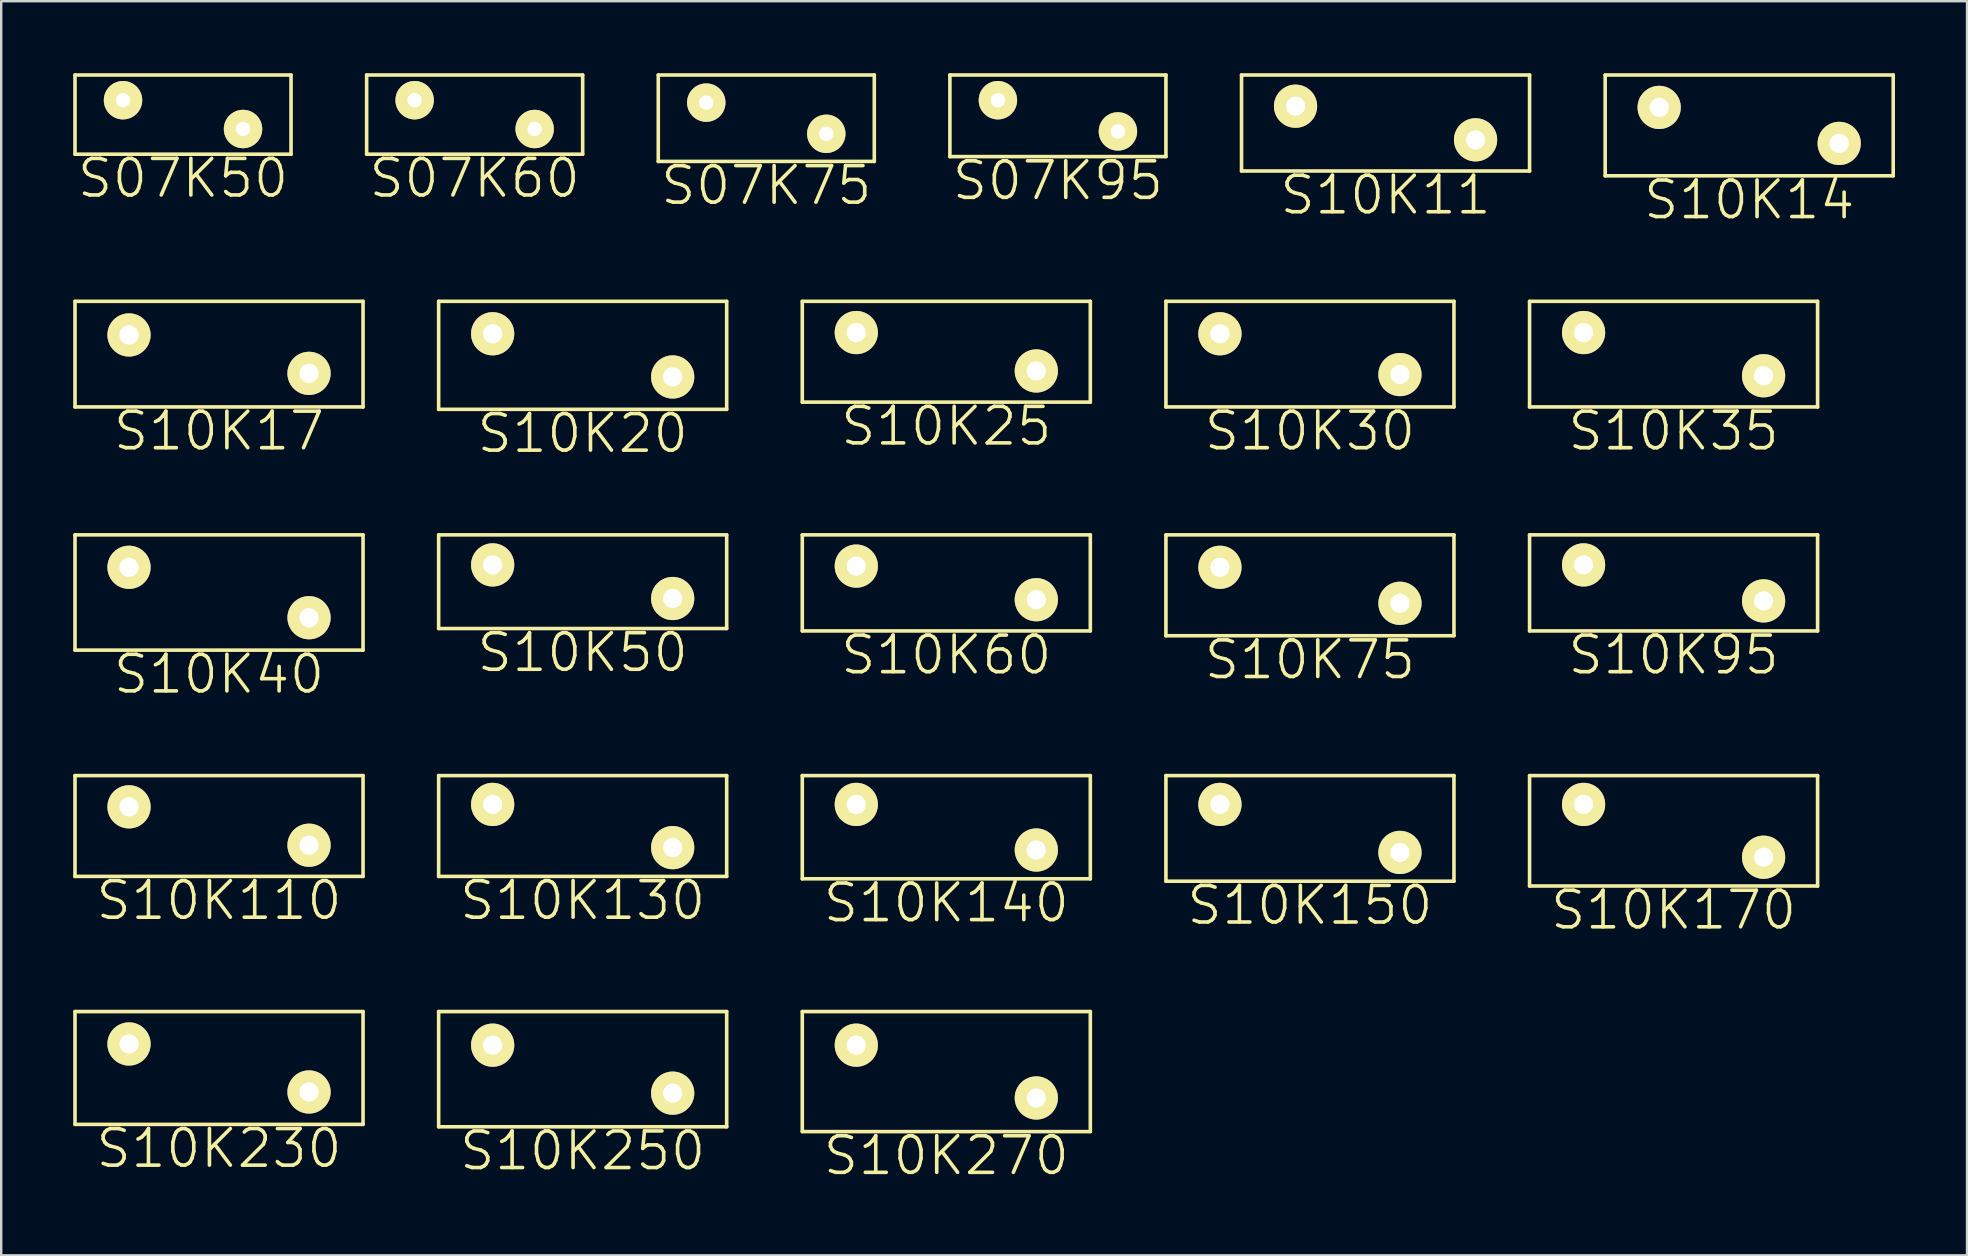
<source format=kicad_pcb>
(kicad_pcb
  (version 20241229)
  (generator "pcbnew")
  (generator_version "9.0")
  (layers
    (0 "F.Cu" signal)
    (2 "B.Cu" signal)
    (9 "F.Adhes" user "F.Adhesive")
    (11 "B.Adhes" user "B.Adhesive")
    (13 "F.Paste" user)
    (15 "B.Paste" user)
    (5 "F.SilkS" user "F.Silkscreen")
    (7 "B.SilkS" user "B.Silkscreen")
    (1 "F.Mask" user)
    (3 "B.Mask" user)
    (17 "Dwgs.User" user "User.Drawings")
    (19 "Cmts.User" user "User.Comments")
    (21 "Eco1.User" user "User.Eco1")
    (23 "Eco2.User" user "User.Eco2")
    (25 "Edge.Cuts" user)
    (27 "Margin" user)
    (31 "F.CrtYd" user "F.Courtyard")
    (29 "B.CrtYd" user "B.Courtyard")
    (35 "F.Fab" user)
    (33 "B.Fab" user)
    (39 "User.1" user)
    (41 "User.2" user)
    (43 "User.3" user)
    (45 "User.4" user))
  (footprint "S10K30"
    (layer "F.Cu")
    (at 47.775 10.855)
    (property "Reference" "S10K30" (at 3.75 4.05 0) (layer "F.SilkS") (effects (font (size 1.524 1.524) (thickness 0.15))))
    (attr through_hole)
    (fp_line (start -2.25 -1.35) (end -2.25 3.05) (stroke (width 0.15) (type solid)) (layer "F.SilkS"))
    (fp_line (start -2.25 -1.35) (end 9.75 -1.35) (stroke (width 0.15) (type solid)) (layer "F.SilkS"))
    (fp_line (start -2.25 3.05) (end 9.75 3.05) (stroke (width 0.15) (type solid)) (layer "F.SilkS"))
    (fp_line (start 9.75 -1.35) (end 9.75 3.05) (stroke (width 0.15) (type solid)) (layer "F.SilkS"))
    (pad "1" thru_hole circle (at 0 0) (size 1.8 1.8) (drill 0.8) (layers "*.Cu" "*.Mask" "F.SilkS"))
    (pad "2" thru_hole circle (at 7.5 1.7) (size 1.8 1.8) (drill 0.8) (layers "*.Cu" "*.Mask" "F.SilkS")))
  (footprint "S10K150"
    (layer "F.Cu")
    (at 47.775 30.464)
    (property "Reference" "S10K150" (at 3.75 4.2 0) (layer "F.SilkS") (effects (font (size 1.524 1.524) (thickness 0.15))))
    (attr through_hole)
    (fp_line (start -2.25 -1.2) (end -2.25 3.2) (stroke (width 0.15) (type solid)) (layer "F.SilkS"))
    (fp_line (start -2.25 -1.2) (end 9.75 -1.2) (stroke (width 0.15) (type solid)) (layer "F.SilkS"))
    (fp_line (start -2.25 3.2) (end 9.75 3.2) (stroke (width 0.15) (type solid)) (layer "F.SilkS"))
    (fp_line (start 9.75 -1.2) (end 9.75 3.2) (stroke (width 0.15) (type solid)) (layer "F.SilkS"))
    (pad "1" thru_hole circle (at 0 0) (size 1.8 1.8) (drill 0.8) (layers "*.Cu" "*.Mask" "F.SilkS"))
    (pad "2" thru_hole circle (at 7.5 2) (size 1.8 1.8) (drill 0.8) (layers "*.Cu" "*.Mask" "F.SilkS")))
  (footprint "S10K230"
    (layer "F.Cu")
    (at 2.325 40.444)
    (property "Reference" "S10K230" (at 3.75 4.35 0) (layer "F.SilkS") (effects (font (size 1.524 1.524) (thickness 0.15))))
    (attr through_hole)
    (fp_line (start -2.25 -1.35) (end -2.25 3.35) (stroke (width 0.15) (type solid)) (layer "F.SilkS"))
    (fp_line (start -2.25 -1.35) (end 9.75 -1.35) (stroke (width 0.15) (type solid)) (layer "F.SilkS"))
    (fp_line (start -2.25 3.35) (end 9.75 3.35) (stroke (width 0.15) (type solid)) (layer "F.SilkS"))
    (fp_line (start 9.75 -1.35) (end 9.75 3.35) (stroke (width 0.15) (type solid)) (layer "F.SilkS"))
    (pad "1" thru_hole circle (at 0 0) (size 1.8 1.8) (drill 0.8) (layers "*.Cu" "*.Mask" "F.SilkS"))
    (pad "2" thru_hole circle (at 7.5 2) (size 1.8 1.8) (drill 0.8) (layers "*.Cu" "*.Mask" "F.SilkS")))
  (footprint "S10K35"
    (layer "F.Cu")
    (at 62.925 10.805)
    (property "Reference" "S10K35" (at 3.75 4.1 0) (layer "F.SilkS") (effects (font (size 1.524 1.524) (thickness 0.15))))
    (attr through_hole)
    (fp_line (start -2.25 -1.3) (end -2.25 3.1) (stroke (width 0.15) (type solid)) (layer "F.SilkS"))
    (fp_line (start -2.25 -1.3) (end 9.75 -1.3) (stroke (width 0.15) (type solid)) (layer "F.SilkS"))
    (fp_line (start -2.25 3.1) (end 9.75 3.1) (stroke (width 0.15) (type solid)) (layer "F.SilkS"))
    (fp_line (start 9.75 -1.3) (end 9.75 3.1) (stroke (width 0.15) (type solid)) (layer "F.SilkS"))
    (pad "1" thru_hole circle (at 0 0) (size 1.8 1.8) (drill 0.8) (layers "*.Cu" "*.Mask" "F.SilkS"))
    (pad "2" thru_hole circle (at 7.5 1.8) (size 1.8 1.8) (drill 0.8) (layers "*.Cu" "*.Mask" "F.SilkS")))
  (footprint "S07K50"
    (layer "F.Cu")
    (at 2.075 1.125)
    (property "Reference" "S07K50" (at 2.5 3.25 0) (layer "F.SilkS") (effects (font (size 1.524 1.524) (thickness 0.15))))
    (attr through_hole)
    (fp_line (start -2 -1.05) (end -2 2.25) (stroke (width 0.15) (type solid)) (layer "F.SilkS"))
    (fp_line (start -2 -1.05) (end 7 -1.05) (stroke (width 0.15) (type solid)) (layer "F.SilkS"))
    (fp_line (start -2 2.25) (end 7 2.25) (stroke (width 0.15) (type solid)) (layer "F.SilkS"))
    (fp_line (start 7 -1.05) (end 7 2.25) (stroke (width 0.15) (type solid)) (layer "F.SilkS"))
    (pad "1" thru_hole circle (at 0 0) (size 1.6 1.6) (drill 0.6) (layers "*.Cu" "*.Mask" "F.SilkS"))
    (pad "2" thru_hole circle (at 5 1.2) (size 1.6 1.6) (drill 0.6) (layers "*.Cu" "*.Mask" "F.SilkS")))
  (footprint "S10K25"
    (layer "F.Cu")
    (at 32.625 10.805)
    (property "Reference" "S10K25" (at 3.75 3.9 0) (layer "F.SilkS") (effects (font (size 1.524 1.524) (thickness 0.15))))
    (attr through_hole)
    (fp_line (start -2.25 -1.3) (end -2.25 2.9) (stroke (width 0.15) (type solid)) (layer "F.SilkS"))
    (fp_line (start -2.25 -1.3) (end 9.75 -1.3) (stroke (width 0.15) (type solid)) (layer "F.SilkS"))
    (fp_line (start -2.25 2.9) (end 9.75 2.9) (stroke (width 0.15) (type solid)) (layer "F.SilkS"))
    (fp_line (start 9.75 -1.3) (end 9.75 2.9) (stroke (width 0.15) (type solid)) (layer "F.SilkS"))
    (pad "1" thru_hole circle (at 0 0) (size 1.8 1.8) (drill 0.8) (layers "*.Cu" "*.Mask" "F.SilkS"))
    (pad "2" thru_hole circle (at 7.5 1.6) (size 1.8 1.8) (drill 0.8) (layers "*.Cu" "*.Mask" "F.SilkS")))
  (footprint "S10K20"
    (layer "F.Cu")
    (at 17.475 10.855)
    (property "Reference" "S10K20" (at 3.75 4.15 0) (layer "F.SilkS") (effects (font (size 1.524 1.524) (thickness 0.15))))
    (attr through_hole)
    (fp_line (start -2.25 -1.35) (end -2.25 3.15) (stroke (width 0.15) (type solid)) (layer "F.SilkS"))
    (fp_line (start -2.25 -1.35) (end 9.75 -1.35) (stroke (width 0.15) (type solid)) (layer "F.SilkS"))
    (fp_line (start -2.25 3.15) (end 9.75 3.15) (stroke (width 0.15) (type solid)) (layer "F.SilkS"))
    (fp_line (start 9.75 -1.35) (end 9.75 3.15) (stroke (width 0.15) (type solid)) (layer "F.SilkS"))
    (pad "1" thru_hole circle (at 0 0) (size 1.8 1.8) (drill 0.8) (layers "*.Cu" "*.Mask" "F.SilkS"))
    (pad "2" thru_hole circle (at 7.5 1.8) (size 1.8 1.8) (drill 0.8) (layers "*.Cu" "*.Mask" "F.SilkS")))
  (footprint "S07K95"
    (layer "F.Cu")
    (at 38.525 1.125)
    (property "Reference" "S07K95" (at 2.5 3.35 0) (layer "F.SilkS") (effects (font (size 1.524 1.524) (thickness 0.15))))
    (attr through_hole)
    (fp_line (start -2 -1.05) (end -2 2.35) (stroke (width 0.15) (type solid)) (layer "F.SilkS"))
    (fp_line (start -2 -1.05) (end 7 -1.05) (stroke (width 0.15) (type solid)) (layer "F.SilkS"))
    (fp_line (start -2 2.35) (end 7 2.35) (stroke (width 0.15) (type solid)) (layer "F.SilkS"))
    (fp_line (start 7 -1.05) (end 7 2.35) (stroke (width 0.15) (type solid)) (layer "F.SilkS"))
    (pad "1" thru_hole circle (at 0 0) (size 1.6 1.6) (drill 0.6) (layers "*.Cu" "*.Mask" "F.SilkS"))
    (pad "2" thru_hole circle (at 5 1.3) (size 1.6 1.6) (drill 0.6) (layers "*.Cu" "*.Mask" "F.SilkS")))
  (footprint "S10K75"
    (layer "F.Cu")
    (at 47.775 20.585)
    (property "Reference" "S10K75" (at 3.75 3.85 0) (layer "F.SilkS") (effects (font (size 1.524 1.524) (thickness 0.15))))
    (attr through_hole)
    (fp_line (start -2.25 -1.35) (end -2.25 2.85) (stroke (width 0.15) (type solid)) (layer "F.SilkS"))
    (fp_line (start -2.25 -1.35) (end 9.75 -1.35) (stroke (width 0.15) (type solid)) (layer "F.SilkS"))
    (fp_line (start -2.25 2.85) (end 9.75 2.85) (stroke (width 0.15) (type solid)) (layer "F.SilkS"))
    (fp_line (start 9.75 -1.35) (end 9.75 2.85) (stroke (width 0.15) (type solid)) (layer "F.SilkS"))
    (pad "1" thru_hole circle (at 0 0) (size 1.8 1.8) (drill 0.8) (layers "*.Cu" "*.Mask" "F.SilkS"))
    (pad "2" thru_hole circle (at 7.5 1.5) (size 1.8 1.8) (drill 0.8) (layers "*.Cu" "*.Mask" "F.SilkS")))
  (footprint "S10K50"
    (layer "F.Cu")
    (at 17.475 20.485)
    (property "Reference" "S10K50" (at 3.75 3.65 0) (layer "F.SilkS") (effects (font (size 1.524 1.524) (thickness 0.15))))
    (attr through_hole)
    (fp_line (start -2.25 -1.25) (end -2.25 2.65) (stroke (width 0.15) (type solid)) (layer "F.SilkS"))
    (fp_line (start -2.25 -1.25) (end 9.75 -1.25) (stroke (width 0.15) (type solid)) (layer "F.SilkS"))
    (fp_line (start -2.25 2.65) (end 9.75 2.65) (stroke (width 0.15) (type solid)) (layer "F.SilkS"))
    (fp_line (start 9.75 -1.25) (end 9.75 2.65) (stroke (width 0.15) (type solid)) (layer "F.SilkS"))
    (pad "1" thru_hole circle (at 0 0) (size 1.8 1.8) (drill 0.8) (layers "*.Cu" "*.Mask" "F.SilkS"))
    (pad "2" thru_hole circle (at 7.5 1.4) (size 1.8 1.8) (drill 0.8) (layers "*.Cu" "*.Mask" "F.SilkS")))
  (footprint "S10K40"
    (layer "F.Cu")
    (at 2.325 20.585)
    (property "Reference" "S10K40" (at 3.75 4.45 0) (layer "F.SilkS") (effects (font (size 1.524 1.524) (thickness 0.15))))
    (attr through_hole)
    (fp_line (start -2.25 -1.35) (end -2.25 3.45) (stroke (width 0.15) (type solid)) (layer "F.SilkS"))
    (fp_line (start -2.25 -1.35) (end 9.75 -1.35) (stroke (width 0.15) (type solid)) (layer "F.SilkS"))
    (fp_line (start -2.25 3.45) (end 9.75 3.45) (stroke (width 0.15) (type solid)) (layer "F.SilkS"))
    (fp_line (start 9.75 -1.35) (end 9.75 3.45) (stroke (width 0.15) (type solid)) (layer "F.SilkS"))
    (pad "1" thru_hole circle (at 0 0) (size 1.8 1.8) (drill 0.8) (layers "*.Cu" "*.Mask" "F.SilkS"))
    (pad "2" thru_hole circle (at 7.5 2.1) (size 1.8 1.8) (drill 0.8) (layers "*.Cu" "*.Mask" "F.SilkS")))
  (footprint "S10K95"
    (layer "F.Cu")
    (at 62.925 20.485)
    (property "Reference" "S10K95" (at 3.75 3.75 0) (layer "F.SilkS") (effects (font (size 1.524 1.524) (thickness 0.15))))
    (attr through_hole)
    (fp_line (start -2.25 -1.25) (end -2.25 2.75) (stroke (width 0.15) (type solid)) (layer "F.SilkS"))
    (fp_line (start -2.25 -1.25) (end 9.75 -1.25) (stroke (width 0.15) (type solid)) (layer "F.SilkS"))
    (fp_line (start -2.25 2.75) (end 9.75 2.75) (stroke (width 0.15) (type solid)) (layer "F.SilkS"))
    (fp_line (start 9.75 -1.25) (end 9.75 2.75) (stroke (width 0.15) (type solid)) (layer "F.SilkS"))
    (pad "1" thru_hole circle (at 0 0) (size 1.8 1.8) (drill 0.8) (layers "*.Cu" "*.Mask" "F.SilkS"))
    (pad "2" thru_hole circle (at 7.5 1.5) (size 1.8 1.8) (drill 0.8) (layers "*.Cu" "*.Mask" "F.SilkS")))
  (footprint "S10K140"
    (layer "F.Cu")
    (at 32.625 30.464)
    (property "Reference" "S10K140" (at 3.75 4.1 0) (layer "F.SilkS") (effects (font (size 1.524 1.524) (thickness 0.15))))
    (attr through_hole)
    (fp_line (start -2.25 -1.2) (end -2.25 3.1) (stroke (width 0.15) (type solid)) (layer "F.SilkS"))
    (fp_line (start -2.25 -1.2) (end 9.75 -1.2) (stroke (width 0.15) (type solid)) (layer "F.SilkS"))
    (fp_line (start -2.25 3.1) (end 9.75 3.1) (stroke (width 0.15) (type solid)) (layer "F.SilkS"))
    (fp_line (start 9.75 -1.2) (end 9.75 3.1) (stroke (width 0.15) (type solid)) (layer "F.SilkS"))
    (pad "1" thru_hole circle (at 0 0) (size 1.8 1.8) (drill 0.8) (layers "*.Cu" "*.Mask" "F.SilkS"))
    (pad "2" thru_hole circle (at 7.5 1.9) (size 1.8 1.8) (drill 0.8) (layers "*.Cu" "*.Mask" "F.SilkS")))
  (footprint "S10K110"
    (layer "F.Cu")
    (at 2.325 30.564)
    (property "Reference" "S10K110" (at 3.75 3.9 0) (layer "F.SilkS") (effects (font (size 1.524 1.524) (thickness 0.15))))
    (attr through_hole)
    (fp_line (start -2.25 -1.3) (end -2.25 2.9) (stroke (width 0.15) (type solid)) (layer "F.SilkS"))
    (fp_line (start -2.25 -1.3) (end 9.75 -1.3) (stroke (width 0.15) (type solid)) (layer "F.SilkS"))
    (fp_line (start -2.25 2.9) (end 9.75 2.9) (stroke (width 0.15) (type solid)) (layer "F.SilkS"))
    (fp_line (start 9.75 -1.3) (end 9.75 2.9) (stroke (width 0.15) (type solid)) (layer "F.SilkS"))
    (pad "1" thru_hole circle (at 0 0) (size 1.8 1.8) (drill 0.8) (layers "*.Cu" "*.Mask" "F.SilkS"))
    (pad "2" thru_hole circle (at 7.5 1.6) (size 1.8 1.8) (drill 0.8) (layers "*.Cu" "*.Mask" "F.SilkS")))
  (footprint "S10K270"
    (layer "F.Cu")
    (at 32.625 40.494)
    (property "Reference" "S10K270" (at 3.75 4.6 0) (layer "F.SilkS") (effects (font (size 1.524 1.524) (thickness 0.15))))
    (attr through_hole)
    (fp_line (start -2.25 -1.4) (end -2.25 3.6) (stroke (width 0.15) (type solid)) (layer "F.SilkS"))
    (fp_line (start -2.25 -1.4) (end 9.75 -1.4) (stroke (width 0.15) (type solid)) (layer "F.SilkS"))
    (fp_line (start -2.25 3.6) (end 9.75 3.6) (stroke (width 0.15) (type solid)) (layer "F.SilkS"))
    (fp_line (start 9.75 -1.4) (end 9.75 3.6) (stroke (width 0.15) (type solid)) (layer "F.SilkS"))
    (pad "1" thru_hole circle (at 0 0) (size 1.8 1.8) (drill 0.8) (layers "*.Cu" "*.Mask" "F.SilkS"))
    (pad "2" thru_hole circle (at 7.5 2.2) (size 1.8 1.8) (drill 0.8) (layers "*.Cu" "*.Mask" "F.SilkS")))
  (footprint "S10K11"
    (layer "F.Cu")
    (at 50.925 1.375)
    (property "Reference" "S10K11" (at 3.75 3.7 0) (layer "F.SilkS") (effects (font (size 1.524 1.524) (thickness 0.15))))
    (attr through_hole)
    (fp_line (start -2.25 -1.3) (end -2.25 2.7) (stroke (width 0.15) (type solid)) (layer "F.SilkS"))
    (fp_line (start -2.25 -1.3) (end 9.75 -1.3) (stroke (width 0.15) (type solid)) (layer "F.SilkS"))
    (fp_line (start -2.25 2.7) (end 9.75 2.7) (stroke (width 0.15) (type solid)) (layer "F.SilkS"))
    (fp_line (start 9.75 -1.3) (end 9.75 2.7) (stroke (width 0.15) (type solid)) (layer "F.SilkS"))
    (pad "1" thru_hole circle (at 0 0) (size 1.8 1.8) (drill 0.8) (layers "*.Cu" "*.Mask" "F.SilkS"))
    (pad "2" thru_hole circle (at 7.5 1.4) (size 1.8 1.8) (drill 0.8) (layers "*.Cu" "*.Mask" "F.SilkS")))
  (footprint "S10K17"
    (layer "F.Cu")
    (at 2.325 10.905)
    (property "Reference" "S10K17" (at 3.75 4 0) (layer "F.SilkS") (effects (font (size 1.524 1.524) (thickness 0.15))))
    (attr through_hole)
    (fp_line (start -2.25 -1.4) (end -2.25 3) (stroke (width 0.15) (type solid)) (layer "F.SilkS"))
    (fp_line (start -2.25 -1.4) (end 9.75 -1.4) (stroke (width 0.15) (type solid)) (layer "F.SilkS"))
    (fp_line (start -2.25 3) (end 9.75 3) (stroke (width 0.15) (type solid)) (layer "F.SilkS"))
    (fp_line (start 9.75 -1.4) (end 9.75 3) (stroke (width 0.15) (type solid)) (layer "F.SilkS"))
    (pad "1" thru_hole circle (at 0 0) (size 1.8 1.8) (drill 0.8) (layers "*.Cu" "*.Mask" "F.SilkS"))
    (pad "2" thru_hole circle (at 7.5 1.6) (size 1.8 1.8) (drill 0.8) (layers "*.Cu" "*.Mask" "F.SilkS")))
  (footprint "S10K130"
    (layer "F.Cu")
    (at 17.475 30.464)
    (property "Reference" "S10K130" (at 3.75 4 0) (layer "F.SilkS") (effects (font (size 1.524 1.524) (thickness 0.15))))
    (attr through_hole)
    (fp_line (start -2.25 -1.2) (end -2.25 3) (stroke (width 0.15) (type solid)) (layer "F.SilkS"))
    (fp_line (start -2.25 -1.2) (end 9.75 -1.2) (stroke (width 0.15) (type solid)) (layer "F.SilkS"))
    (fp_line (start -2.25 3) (end 9.75 3) (stroke (width 0.15) (type solid)) (layer "F.SilkS"))
    (fp_line (start 9.75 -1.2) (end 9.75 3) (stroke (width 0.15) (type solid)) (layer "F.SilkS"))
    (pad "1" thru_hole circle (at 0 0) (size 1.8 1.8) (drill 0.8) (layers "*.Cu" "*.Mask" "F.SilkS"))
    (pad "2" thru_hole circle (at 7.5 1.8) (size 1.8 1.8) (drill 0.8) (layers "*.Cu" "*.Mask" "F.SilkS")))
  (footprint "S10K60"
    (layer "F.Cu")
    (at 32.625 20.535)
    (property "Reference" "S10K60" (at 3.75 3.7 0) (layer "F.SilkS") (effects (font (size 1.524 1.524) (thickness 0.15))))
    (attr through_hole)
    (fp_line (start -2.25 -1.3) (end -2.25 2.7) (stroke (width 0.15) (type solid)) (layer "F.SilkS"))
    (fp_line (start -2.25 -1.3) (end 9.75 -1.3) (stroke (width 0.15) (type solid)) (layer "F.SilkS"))
    (fp_line (start -2.25 2.7) (end 9.75 2.7) (stroke (width 0.15) (type solid)) (layer "F.SilkS"))
    (fp_line (start 9.75 -1.3) (end 9.75 2.7) (stroke (width 0.15) (type solid)) (layer "F.SilkS"))
    (pad "1" thru_hole circle (at 0 0) (size 1.8 1.8) (drill 0.8) (layers "*.Cu" "*.Mask" "F.SilkS"))
    (pad "2" thru_hole circle (at 7.5 1.4) (size 1.8 1.8) (drill 0.8) (layers "*.Cu" "*.Mask" "F.SilkS")))
  (footprint "S07K75"
    (layer "F.Cu")
    (at 26.375 1.225)
    (property "Reference" "S07K75" (at 2.5 3.45 0) (layer "F.SilkS") (effects (font (size 1.524 1.524) (thickness 0.15))))
    (attr through_hole)
    (fp_line (start -2 -1.15) (end -2 2.45) (stroke (width 0.15) (type solid)) (layer "F.SilkS"))
    (fp_line (start -2 -1.15) (end 7 -1.15) (stroke (width 0.15) (type solid)) (layer "F.SilkS"))
    (fp_line (start -2 2.45) (end 7 2.45) (stroke (width 0.15) (type solid)) (layer "F.SilkS"))
    (fp_line (start 7 -1.15) (end 7 2.45) (stroke (width 0.15) (type solid)) (layer "F.SilkS"))
    (pad "1" thru_hole circle (at 0 0) (size 1.6 1.6) (drill 0.6) (layers "*.Cu" "*.Mask" "F.SilkS"))
    (pad "2" thru_hole circle (at 5 1.3) (size 1.6 1.6) (drill 0.6) (layers "*.Cu" "*.Mask" "F.SilkS")))
  (footprint "S10K170"
    (layer "F.Cu")
    (at 62.925 30.464)
    (property "Reference" "S10K170" (at 3.75 4.4 0) (layer "F.SilkS") (effects (font (size 1.524 1.524) (thickness 0.15))))
    (attr through_hole)
    (fp_line (start -2.25 -1.2) (end -2.25 3.4) (stroke (width 0.15) (type solid)) (layer "F.SilkS"))
    (fp_line (start -2.25 -1.2) (end 9.75 -1.2) (stroke (width 0.15) (type solid)) (layer "F.SilkS"))
    (fp_line (start -2.25 3.4) (end 9.75 3.4) (stroke (width 0.15) (type solid)) (layer "F.SilkS"))
    (fp_line (start 9.75 -1.2) (end 9.75 3.4) (stroke (width 0.15) (type solid)) (layer "F.SilkS"))
    (pad "1" thru_hole circle (at 0 0) (size 1.8 1.8) (drill 0.8) (layers "*.Cu" "*.Mask" "F.SilkS"))
    (pad "2" thru_hole circle (at 7.5 2.2) (size 1.8 1.8) (drill 0.8) (layers "*.Cu" "*.Mask" "F.SilkS")))
  (footprint "S10K250"
    (layer "F.Cu")
    (at 17.475 40.494)
    (property "Reference" "S10K250" (at 3.75 4.4 0) (layer "F.SilkS") (effects (font (size 1.524 1.524) (thickness 0.15))))
    (attr through_hole)
    (fp_line (start -2.25 -1.4) (end -2.25 3.4) (stroke (width 0.15) (type solid)) (layer "F.SilkS"))
    (fp_line (start -2.25 -1.4) (end 9.75 -1.4) (stroke (width 0.15) (type solid)) (layer "F.SilkS"))
    (fp_line (start -2.25 3.4) (end 9.75 3.4) (stroke (width 0.15) (type solid)) (layer "F.SilkS"))
    (fp_line (start 9.75 -1.4) (end 9.75 3.4) (stroke (width 0.15) (type solid)) (layer "F.SilkS"))
    (pad "1" thru_hole circle (at 0 0) (size 1.8 1.8) (drill 0.8) (layers "*.Cu" "*.Mask" "F.SilkS"))
    (pad "2" thru_hole circle (at 7.5 2) (size 1.8 1.8) (drill 0.8) (layers "*.Cu" "*.Mask" "F.SilkS")))
  (footprint "S10K14"
    (layer "F.Cu")
    (at 66.075 1.425)
    (property "Reference" "S10K14" (at 3.75 3.85 0) (layer "F.SilkS") (effects (font (size 1.524 1.524) (thickness 0.15))))
    (attr through_hole)
    (fp_line (start -2.25 -1.35) (end -2.25 2.85) (stroke (width 0.15) (type solid)) (layer "F.SilkS"))
    (fp_line (start -2.25 -1.35) (end 9.75 -1.35) (stroke (width 0.15) (type solid)) (layer "F.SilkS"))
    (fp_line (start -2.25 2.85) (end 9.75 2.85) (stroke (width 0.15) (type solid)) (layer "F.SilkS"))
    (fp_line (start 9.75 -1.35) (end 9.75 2.85) (stroke (width 0.15) (type solid)) (layer "F.SilkS"))
    (pad "1" thru_hole circle (at 0 0) (size 1.8 1.8) (drill 0.8) (layers "*.Cu" "*.Mask" "F.SilkS"))
    (pad "2" thru_hole circle (at 7.5 1.5) (size 1.8 1.8) (drill 0.8) (layers "*.Cu" "*.Mask" "F.SilkS")))
  (footprint "S07K60"
    (layer "F.Cu")
    (at 14.225 1.125)
    (property "Reference" "S07K60" (at 2.5 3.25 0) (layer "F.SilkS") (effects (font (size 1.524 1.524) (thickness 0.15))))
    (attr through_hole)
    (fp_line (start -2 -1.05) (end -2 2.25) (stroke (width 0.15) (type solid)) (layer "F.SilkS"))
    (fp_line (start -2 -1.05) (end 7 -1.05) (stroke (width 0.15) (type solid)) (layer "F.SilkS"))
    (fp_line (start -2 2.25) (end 7 2.25) (stroke (width 0.15) (type solid)) (layer "F.SilkS"))
    (fp_line (start 7 -1.05) (end 7 2.25) (stroke (width 0.15) (type solid)) (layer "F.SilkS"))
    (pad "1" thru_hole circle (at 0 0) (size 1.6 1.6) (drill 0.6) (layers "*.Cu" "*.Mask" "F.SilkS"))
    (pad "2" thru_hole circle (at 5 1.2) (size 1.6 1.6) (drill 0.6) (layers "*.Cu" "*.Mask" "F.SilkS")))
  (gr_rect
    (start -3 -3)
    (end 78.9 49.249)
    (stroke (width 0.1) (type default))
    (fill no)
    (layer "Edge.Cuts")))
</source>
